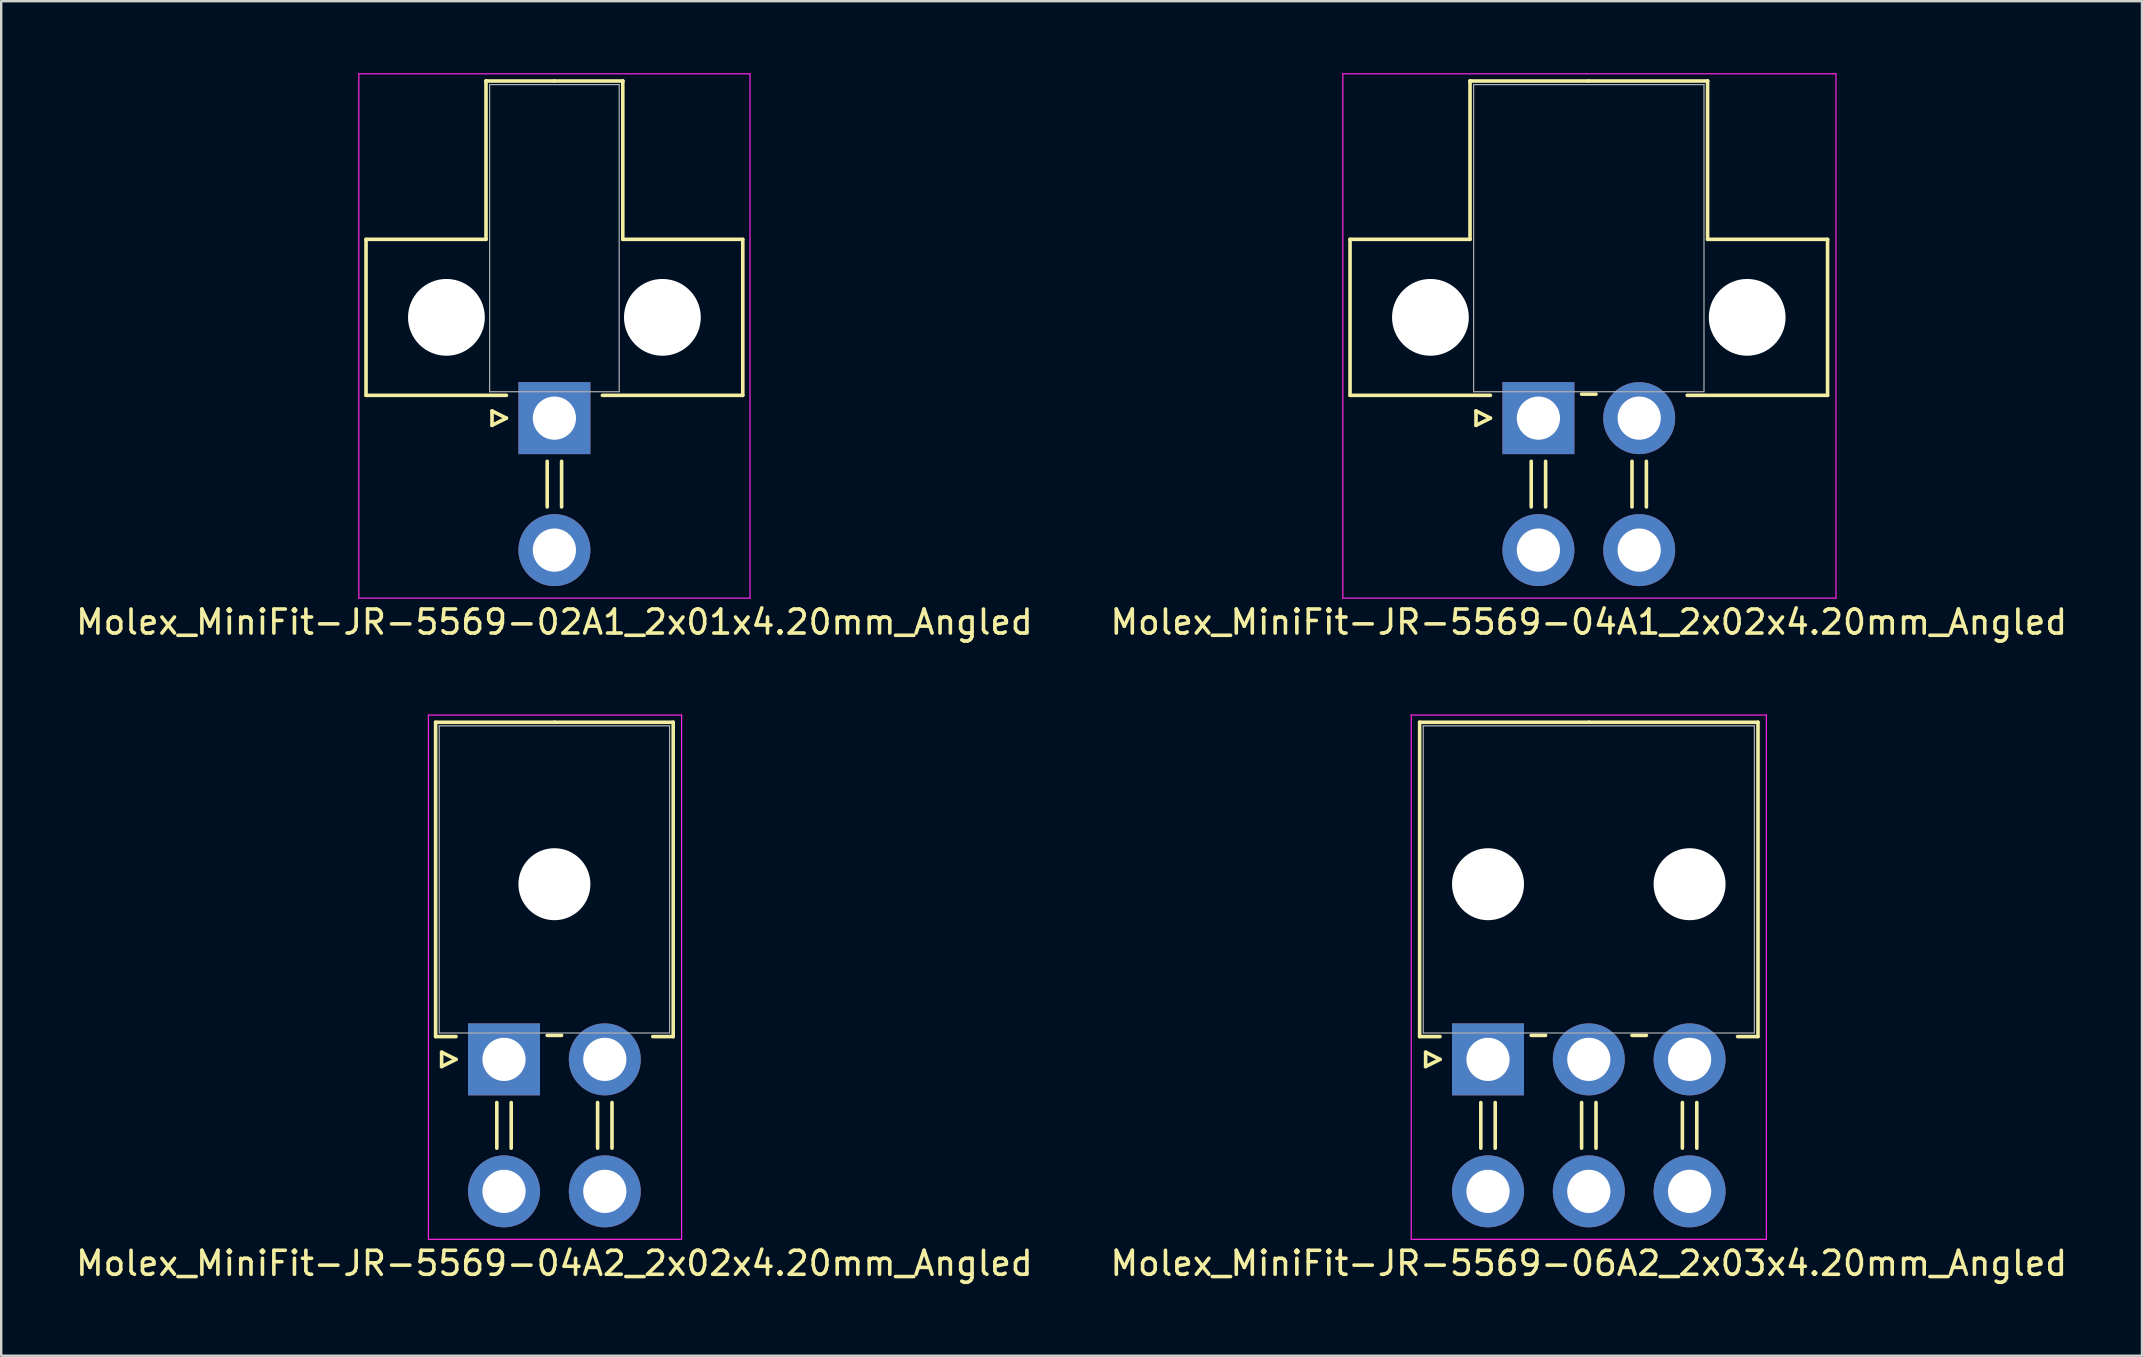
<source format=kicad_pcb>
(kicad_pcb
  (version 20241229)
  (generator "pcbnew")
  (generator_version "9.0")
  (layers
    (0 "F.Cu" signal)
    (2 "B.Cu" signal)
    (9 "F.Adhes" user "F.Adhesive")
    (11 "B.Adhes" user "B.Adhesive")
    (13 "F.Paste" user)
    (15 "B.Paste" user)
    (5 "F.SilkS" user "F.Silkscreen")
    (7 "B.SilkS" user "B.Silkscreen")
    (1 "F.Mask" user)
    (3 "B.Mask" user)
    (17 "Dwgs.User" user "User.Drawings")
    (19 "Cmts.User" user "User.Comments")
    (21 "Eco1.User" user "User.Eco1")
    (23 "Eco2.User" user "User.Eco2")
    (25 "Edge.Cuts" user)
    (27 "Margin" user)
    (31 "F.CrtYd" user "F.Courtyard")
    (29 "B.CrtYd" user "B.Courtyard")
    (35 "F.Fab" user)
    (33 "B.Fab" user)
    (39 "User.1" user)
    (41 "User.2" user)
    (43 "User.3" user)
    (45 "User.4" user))
  (footprint "Molex_MiniFit-JR-5569-02A1_2x01x4.20mm_Angled"
    (layer "F.Cu")
    (at 20.054 14.375)
    (property "Reference" "Molex_MiniFit-JR-5569-02A1_2x01x4.20mm_Angled" (at 0 8.5 0) (layer "F.SilkS") (effects (font (size 1 1) (thickness 0.15))))
    (attr through_hole)
    (fp_line (start -7.85 -7.45) (end -7.85 -0.95) (stroke (width 0.15) (type solid)) (layer "F.SilkS"))
    (fp_line (start -7.85 -0.95) (end -2 -0.95) (stroke (width 0.15) (type solid)) (layer "F.SilkS"))
    (fp_line (start -2.85 -14.05) (end -2.85 -14.05) (stroke (width 0.15) (type solid)) (layer "F.SilkS"))
    (fp_line (start -2.85 -14.05) (end -2.85 -7.45) (stroke (width 0.15) (type solid)) (layer "F.SilkS"))
    (fp_line (start -2.85 -7.45) (end -7.85 -7.45) (stroke (width 0.15) (type solid)) (layer "F.SilkS"))
    (fp_line (start -2.6 -0.3) (end -2 0) (stroke (width 0.15) (type solid)) (layer "F.SilkS"))
    (fp_line (start -2.6 0.3) (end -2.6 -0.3) (stroke (width 0.15) (type solid)) (layer "F.SilkS"))
    (fp_line (start -2 0) (end -2.6 0.3) (stroke (width 0.15) (type solid)) (layer "F.SilkS"))
    (fp_line (start -0.3 1.8) (end -0.3 3.7) (stroke (width 0.15) (type solid)) (layer "F.SilkS"))
    (fp_line (start 0 -14.05) (end -2.85 -14.05) (stroke (width 0.15) (type solid)) (layer "F.SilkS"))
    (fp_line (start 0 -14.05) (end 2.85 -14.05) (stroke (width 0.15) (type solid)) (layer "F.SilkS"))
    (fp_line (start 0.3 1.8) (end 0.3 3.7) (stroke (width 0.15) (type solid)) (layer "F.SilkS"))
    (fp_line (start 2.85 -14.05) (end 2.85 -14.05) (stroke (width 0.15) (type solid)) (layer "F.SilkS"))
    (fp_line (start 2.85 -14.05) (end 2.85 -7.45) (stroke (width 0.15) (type solid)) (layer "F.SilkS"))
    (fp_line (start 2.85 -7.45) (end 7.85 -7.45) (stroke (width 0.15) (type solid)) (layer "F.SilkS"))
    (fp_line (start 7.85 -7.45) (end 7.85 -0.95) (stroke (width 0.15) (type solid)) (layer "F.SilkS"))
    (fp_line (start 7.85 -0.95) (end 2 -0.95) (stroke (width 0.15) (type solid)) (layer "F.SilkS"))
    (fp_line (start -8.15 -14.35) (end -8.15 7.5) (stroke (width 0.05) (type solid)) (layer "F.CrtYd"))
    (fp_line (start -8.15 7.5) (end 8.15 7.5) (stroke (width 0.05) (type solid)) (layer "F.CrtYd"))
    (fp_line (start 8.15 -14.35) (end -8.15 -14.35) (stroke (width 0.05) (type solid)) (layer "F.CrtYd"))
    (fp_line (start 8.15 7.5) (end 8.15 -14.35) (stroke (width 0.05) (type solid)) (layer "F.CrtYd"))
    (fp_line (start -2.7 -13.9) (end -2.7 -1.1) (stroke (width 0.05) (type solid)) (layer "F.Fab"))
    (fp_line (start -2.7 -1.1) (end 2.7 -1.1) (stroke (width 0.05) (type solid)) (layer "F.Fab"))
    (fp_line (start 2.7 -13.9) (end -2.7 -13.9) (stroke (width 0.05) (type solid)) (layer "F.Fab"))
    (fp_line (start 2.7 -1.1) (end 2.7 -13.9) (stroke (width 0.05) (type solid)) (layer "F.Fab"))
    (pad "" np_thru_hole circle (at -4.5 -4.2) (size 3.2 3.2) (drill 3.2) (layers "*.Cu"))
    (pad "" np_thru_hole circle (at 4.5 -4.2) (size 3.2 3.2) (drill 3.2) (layers "*.Cu"))
    (pad "1" thru_hole rect (at 0 0) (size 3 3) (drill 1.8) (layers "*.Cu" "*.Mask"))
    (pad "2" thru_hole circle (at 0 5.5) (size 3 3) (drill 1.8) (layers "*.Cu" "*.Mask")))
  (footprint "Molex_MiniFit-JR-5569-04A1_2x02x4.20mm_Angled"
    (layer "F.Cu")
    (at 61.061 14.375)
    (property "Reference" "Molex_MiniFit-JR-5569-04A1_2x02x4.20mm_Angled" (at 2.1 8.5 0) (layer "F.SilkS") (effects (font (size 1 1) (thickness 0.15))))
    (attr through_hole)
    (fp_line (start -7.85 -7.45) (end -7.85 -0.95) (stroke (width 0.15) (type solid)) (layer "F.SilkS"))
    (fp_line (start -7.85 -0.95) (end -2 -0.95) (stroke (width 0.15) (type solid)) (layer "F.SilkS"))
    (fp_line (start -2.85 -14.05) (end -2.85 -14.05) (stroke (width 0.15) (type solid)) (layer "F.SilkS"))
    (fp_line (start -2.85 -14.05) (end -2.85 -7.45) (stroke (width 0.15) (type solid)) (layer "F.SilkS"))
    (fp_line (start -2.85 -7.45) (end -7.85 -7.45) (stroke (width 0.15) (type solid)) (layer "F.SilkS"))
    (fp_line (start -2.6 -0.3) (end -2 0) (stroke (width 0.15) (type solid)) (layer "F.SilkS"))
    (fp_line (start -2.6 0.3) (end -2.6 -0.3) (stroke (width 0.15) (type solid)) (layer "F.SilkS"))
    (fp_line (start -2 0) (end -2.6 0.3) (stroke (width 0.15) (type solid)) (layer "F.SilkS"))
    (fp_line (start -0.3 1.8) (end -0.3 3.7) (stroke (width 0.15) (type solid)) (layer "F.SilkS"))
    (fp_line (start 0.3 1.8) (end 0.3 3.7) (stroke (width 0.15) (type solid)) (layer "F.SilkS"))
    (fp_line (start 1.8 -1) (end 2.4 -1) (stroke (width 0.15) (type solid)) (layer "F.SilkS"))
    (fp_line (start 2.1 -14.05) (end -2.85 -14.05) (stroke (width 0.15) (type solid)) (layer "F.SilkS"))
    (fp_line (start 2.1 -14.05) (end 7.05 -14.05) (stroke (width 0.15) (type solid)) (layer "F.SilkS"))
    (fp_line (start 3.9 1.8) (end 3.9 3.7) (stroke (width 0.15) (type solid)) (layer "F.SilkS"))
    (fp_line (start 4.5 1.8) (end 4.5 3.7) (stroke (width 0.15) (type solid)) (layer "F.SilkS"))
    (fp_line (start 7.05 -14.05) (end 7.05 -14.05) (stroke (width 0.15) (type solid)) (layer "F.SilkS"))
    (fp_line (start 7.05 -14.05) (end 7.05 -7.45) (stroke (width 0.15) (type solid)) (layer "F.SilkS"))
    (fp_line (start 7.05 -7.45) (end 12.05 -7.45) (stroke (width 0.15) (type solid)) (layer "F.SilkS"))
    (fp_line (start 12.05 -7.45) (end 12.05 -0.95) (stroke (width 0.15) (type solid)) (layer "F.SilkS"))
    (fp_line (start 12.05 -0.95) (end 6.2 -0.95) (stroke (width 0.15) (type solid)) (layer "F.SilkS"))
    (fp_line (start -8.15 -14.35) (end -8.15 7.5) (stroke (width 0.05) (type solid)) (layer "F.CrtYd"))
    (fp_line (start -8.15 7.5) (end 12.4 7.5) (stroke (width 0.05) (type solid)) (layer "F.CrtYd"))
    (fp_line (start 12.4 -14.35) (end -8.15 -14.35) (stroke (width 0.05) (type solid)) (layer "F.CrtYd"))
    (fp_line (start 12.4 7.5) (end 12.4 -14.35) (stroke (width 0.05) (type solid)) (layer "F.CrtYd"))
    (fp_line (start -2.7 -13.9) (end -2.7 -1.1) (stroke (width 0.05) (type solid)) (layer "F.Fab"))
    (fp_line (start -2.7 -1.1) (end 6.9 -1.1) (stroke (width 0.05) (type solid)) (layer "F.Fab"))
    (fp_line (start 6.9 -13.9) (end -2.7 -13.9) (stroke (width 0.05) (type solid)) (layer "F.Fab"))
    (fp_line (start 6.9 -1.1) (end 6.9 -13.9) (stroke (width 0.05) (type solid)) (layer "F.Fab"))
    (pad "" np_thru_hole circle (at -4.5 -4.2) (size 3.2 3.2) (drill 3.2) (layers "*.Cu"))
    (pad "" np_thru_hole circle (at 8.7 -4.2) (size 3.2 3.2) (drill 3.2) (layers "*.Cu"))
    (pad "1" thru_hole rect (at 0 0) (size 3 3) (drill 1.8) (layers "*.Cu" "*.Mask"))
    (pad "2" thru_hole circle (at 4.2 0) (size 3 3) (drill 1.8) (layers "*.Cu" "*.Mask"))
    (pad "3" thru_hole circle (at 0 5.5) (size 3 3) (drill 1.8) (layers "*.Cu" "*.Mask"))
    (pad "4" thru_hole circle (at 4.2 5.5) (size 3 3) (drill 1.8) (layers "*.Cu" "*.Mask")))
  (footprint "Molex_MiniFit-JR-5569-04A2_2x02x4.20mm_Angled"
    (layer "F.Cu")
    (at 17.954 41.098)
    (property "Reference" "Molex_MiniFit-JR-5569-04A2_2x02x4.20mm_Angled" (at 2.1 8.5 0) (layer "F.SilkS") (effects (font (size 1 1) (thickness 0.15))))
    (attr through_hole)
    (fp_line (start -2.85 -14.05) (end 2.1 -14.05) (stroke (width 0.15) (type solid)) (layer "F.SilkS"))
    (fp_line (start -2.85 -0.95) (end -2.85 -14.05) (stroke (width 0.15) (type solid)) (layer "F.SilkS"))
    (fp_line (start -2.6 -0.3) (end -2 0) (stroke (width 0.15) (type solid)) (layer "F.SilkS"))
    (fp_line (start -2.6 0.3) (end -2.6 -0.3) (stroke (width 0.15) (type solid)) (layer "F.SilkS"))
    (fp_line (start -2 -0.95) (end -2.85 -0.95) (stroke (width 0.15) (type solid)) (layer "F.SilkS"))
    (fp_line (start -2 0) (end -2.6 0.3) (stroke (width 0.15) (type solid)) (layer "F.SilkS"))
    (fp_line (start -0.3 1.8) (end -0.3 3.7) (stroke (width 0.15) (type solid)) (layer "F.SilkS"))
    (fp_line (start 0.3 1.8) (end 0.3 3.7) (stroke (width 0.15) (type solid)) (layer "F.SilkS"))
    (fp_line (start 1.8 -1) (end 2.4 -1) (stroke (width 0.15) (type solid)) (layer "F.SilkS"))
    (fp_line (start 3.9 1.8) (end 3.9 3.7) (stroke (width 0.15) (type solid)) (layer "F.SilkS"))
    (fp_line (start 4.5 1.8) (end 4.5 3.7) (stroke (width 0.15) (type solid)) (layer "F.SilkS"))
    (fp_line (start 6.2 -0.95) (end 7.05 -0.95) (stroke (width 0.15) (type solid)) (layer "F.SilkS"))
    (fp_line (start 7.05 -14.05) (end 2.1 -14.05) (stroke (width 0.15) (type solid)) (layer "F.SilkS"))
    (fp_line (start 7.05 -0.95) (end 7.05 -14.05) (stroke (width 0.15) (type solid)) (layer "F.SilkS"))
    (fp_line (start -3.15 -14.35) (end -3.15 7.5) (stroke (width 0.05) (type solid)) (layer "F.CrtYd"))
    (fp_line (start -3.15 7.5) (end 7.4 7.5) (stroke (width 0.05) (type solid)) (layer "F.CrtYd"))
    (fp_line (start 7.4 -14.35) (end -3.15 -14.35) (stroke (width 0.05) (type solid)) (layer "F.CrtYd"))
    (fp_line (start 7.4 7.5) (end 7.4 -14.35) (stroke (width 0.05) (type solid)) (layer "F.CrtYd"))
    (fp_line (start -2.7 -13.9) (end -2.7 -1.1) (stroke (width 0.05) (type solid)) (layer "F.Fab"))
    (fp_line (start -2.7 -1.1) (end 6.9 -1.1) (stroke (width 0.05) (type solid)) (layer "F.Fab"))
    (fp_line (start 6.9 -13.9) (end -2.7 -13.9) (stroke (width 0.05) (type solid)) (layer "F.Fab"))
    (fp_line (start 6.9 -1.1) (end 6.9 -13.9) (stroke (width 0.05) (type solid)) (layer "F.Fab"))
    (pad "" np_thru_hole circle (at 2.1 -7.3) (size 3 3) (drill 3) (layers "*.Cu"))
    (pad "1" thru_hole rect (at 0 0) (size 3 3) (drill 1.8) (layers "*.Cu" "*.Mask"))
    (pad "2" thru_hole circle (at 4.2 0) (size 3 3) (drill 1.8) (layers "*.Cu" "*.Mask"))
    (pad "3" thru_hole circle (at 0 5.5) (size 3 3) (drill 1.8) (layers "*.Cu" "*.Mask"))
    (pad "4" thru_hole circle (at 4.2 5.5) (size 3 3) (drill 1.8) (layers "*.Cu" "*.Mask")))
  (footprint "Molex_MiniFit-JR-5569-06A2_2x03x4.20mm_Angled"
    (layer "F.Cu")
    (at 58.961 41.098)
    (property "Reference" "Molex_MiniFit-JR-5569-06A2_2x03x4.20mm_Angled" (at 4.2 8.5 0) (layer "F.SilkS") (effects (font (size 1 1) (thickness 0.15))))
    (attr through_hole)
    (fp_line (start -2.85 -14.05) (end 4.2 -14.05) (stroke (width 0.15) (type solid)) (layer "F.SilkS"))
    (fp_line (start -2.85 -0.95) (end -2.85 -14.05) (stroke (width 0.15) (type solid)) (layer "F.SilkS"))
    (fp_line (start -2.6 -0.3) (end -2 0) (stroke (width 0.15) (type solid)) (layer "F.SilkS"))
    (fp_line (start -2.6 0.3) (end -2.6 -0.3) (stroke (width 0.15) (type solid)) (layer "F.SilkS"))
    (fp_line (start -2 -0.95) (end -2.85 -0.95) (stroke (width 0.15) (type solid)) (layer "F.SilkS"))
    (fp_line (start -2 0) (end -2.6 0.3) (stroke (width 0.15) (type solid)) (layer "F.SilkS"))
    (fp_line (start -0.3 1.8) (end -0.3 3.7) (stroke (width 0.15) (type solid)) (layer "F.SilkS"))
    (fp_line (start 0.3 1.8) (end 0.3 3.7) (stroke (width 0.15) (type solid)) (layer "F.SilkS"))
    (fp_line (start 1.8 -1) (end 2.4 -1) (stroke (width 0.15) (type solid)) (layer "F.SilkS"))
    (fp_line (start 3.9 1.8) (end 3.9 3.7) (stroke (width 0.15) (type solid)) (layer "F.SilkS"))
    (fp_line (start 4.5 1.8) (end 4.5 3.7) (stroke (width 0.15) (type solid)) (layer "F.SilkS"))
    (fp_line (start 6 -1) (end 6.6 -1) (stroke (width 0.15) (type solid)) (layer "F.SilkS"))
    (fp_line (start 8.1 1.8) (end 8.1 3.7) (stroke (width 0.15) (type solid)) (layer "F.SilkS"))
    (fp_line (start 8.7 1.8) (end 8.7 3.7) (stroke (width 0.15) (type solid)) (layer "F.SilkS"))
    (fp_line (start 10.4 -0.95) (end 11.25 -0.95) (stroke (width 0.15) (type solid)) (layer "F.SilkS"))
    (fp_line (start 11.25 -14.05) (end 4.2 -14.05) (stroke (width 0.15) (type solid)) (layer "F.SilkS"))
    (fp_line (start 11.25 -0.95) (end 11.25 -14.05) (stroke (width 0.15) (type solid)) (layer "F.SilkS"))
    (fp_line (start -3.2 -14.35) (end -3.2 7.5) (stroke (width 0.05) (type solid)) (layer "F.CrtYd"))
    (fp_line (start -3.2 7.5) (end 11.6 7.5) (stroke (width 0.05) (type solid)) (layer "F.CrtYd"))
    (fp_line (start 11.6 -14.35) (end -3.2 -14.35) (stroke (width 0.05) (type solid)) (layer "F.CrtYd"))
    (fp_line (start 11.6 7.5) (end 11.6 -14.35) (stroke (width 0.05) (type solid)) (layer "F.CrtYd"))
    (fp_line (start -2.7 -13.9) (end -2.7 -1.1) (stroke (width 0.05) (type solid)) (layer "F.Fab"))
    (fp_line (start -2.7 -1.1) (end 11.1 -1.1) (stroke (width 0.05) (type solid)) (layer "F.Fab"))
    (fp_line (start 11.1 -13.9) (end -2.7 -13.9) (stroke (width 0.05) (type solid)) (layer "F.Fab"))
    (fp_line (start 11.1 -1.1) (end 11.1 -13.9) (stroke (width 0.05) (type solid)) (layer "F.Fab"))
    (pad "" np_thru_hole circle (at 0 -7.3) (size 3 3) (drill 3) (layers "*.Cu"))
    (pad "" np_thru_hole circle (at 8.4 -7.3) (size 3 3) (drill 3) (layers "*.Cu"))
    (pad "1" thru_hole rect (at 0 0) (size 3 3) (drill 1.8) (layers "*.Cu" "*.Mask"))
    (pad "2" thru_hole circle (at 4.2 0) (size 3 3) (drill 1.8) (layers "*.Cu" "*.Mask"))
    (pad "3" thru_hole circle (at 8.4 0) (size 3 3) (drill 1.8) (layers "*.Cu" "*.Mask"))
    (pad "4" thru_hole circle (at 0 5.5) (size 3 3) (drill 1.8) (layers "*.Cu" "*.Mask"))
    (pad "5" thru_hole circle (at 4.2 5.5) (size 3 3) (drill 1.8) (layers "*.Cu" "*.Mask"))
    (pad "6" thru_hole circle (at 8.4 5.5) (size 3 3) (drill 1.8) (layers "*.Cu" "*.Mask")))
  (gr_rect
    (start -3 -3)
    (end 86.214 53.447)
    (stroke (width 0.1) (type default))
    (fill no)
    (layer "Edge.Cuts")))
</source>
